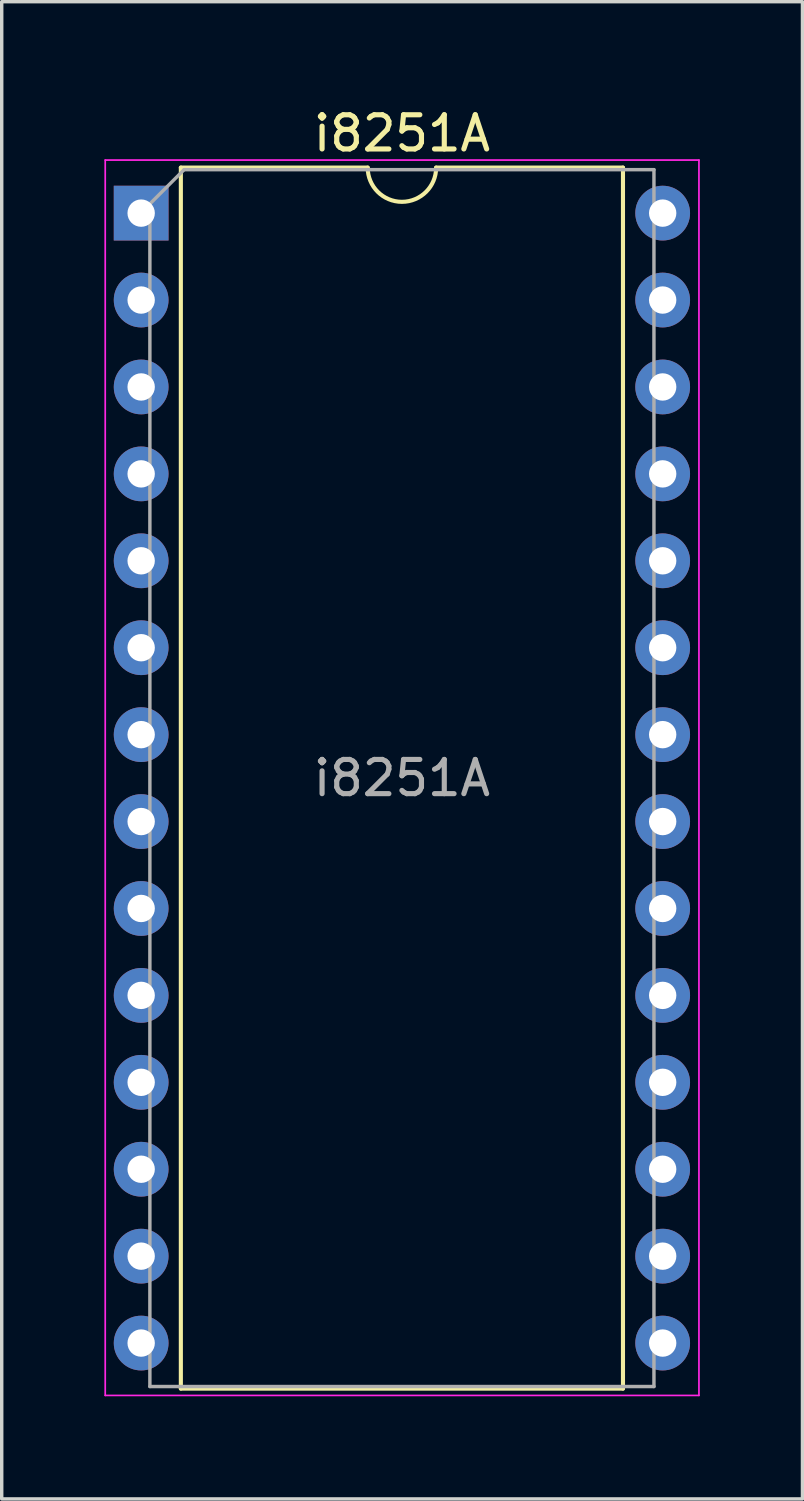
<source format=kicad_pcb>
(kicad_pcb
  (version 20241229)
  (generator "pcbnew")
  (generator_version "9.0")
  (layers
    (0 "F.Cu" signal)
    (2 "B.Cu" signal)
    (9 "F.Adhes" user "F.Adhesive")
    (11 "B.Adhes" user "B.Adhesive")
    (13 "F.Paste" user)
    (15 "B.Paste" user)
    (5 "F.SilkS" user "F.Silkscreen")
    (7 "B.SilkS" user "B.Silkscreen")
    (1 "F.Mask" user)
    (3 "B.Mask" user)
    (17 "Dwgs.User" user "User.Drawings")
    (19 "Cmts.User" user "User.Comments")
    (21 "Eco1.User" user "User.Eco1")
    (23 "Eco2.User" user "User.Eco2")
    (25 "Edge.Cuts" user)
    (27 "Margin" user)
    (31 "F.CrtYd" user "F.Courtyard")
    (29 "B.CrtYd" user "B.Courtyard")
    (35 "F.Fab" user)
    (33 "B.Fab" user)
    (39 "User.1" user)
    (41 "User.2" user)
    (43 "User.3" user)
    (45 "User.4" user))
  (footprint "i8251A"
    (layer "F.Cu")
    (at 1.075 3.178)
    (property "Reference" "i8251A" (at 7.62 -2.33 0) (layer "F.SilkS") (effects (font (size 1 1) (thickness 0.15))))
    (attr through_hole)
    (fp_line (start 1.16 -1.33) (end 1.16 34.35) (stroke (width 0.12) (type solid)) (layer "F.SilkS"))
    (fp_line (start 1.16 34.35) (end 14.08 34.35) (stroke (width 0.12) (type solid)) (layer "F.SilkS"))
    (fp_line (start 6.62 -1.33) (end 1.16 -1.33) (stroke (width 0.12) (type solid)) (layer "F.SilkS"))
    (fp_line (start 14.08 -1.33) (end 8.62 -1.33) (stroke (width 0.12) (type solid)) (layer "F.SilkS"))
    (fp_line (start 14.08 34.35) (end 14.08 -1.33) (stroke (width 0.12) (type solid)) (layer "F.SilkS"))
    (fp_arc (start 8.62 -1.33) (mid 7.62 -0.33) (end 6.62 -1.33) (stroke (width 0.12) (type solid)) (layer "F.SilkS"))
    (fp_line (start -1.05 -1.55) (end -1.05 34.55) (stroke (width 0.05) (type solid)) (layer "F.CrtYd"))
    (fp_line (start -1.05 34.55) (end 16.3 34.55) (stroke (width 0.05) (type solid)) (layer "F.CrtYd"))
    (fp_line (start 16.3 -1.55) (end -1.05 -1.55) (stroke (width 0.05) (type solid)) (layer "F.CrtYd"))
    (fp_line (start 16.3 34.55) (end 16.3 -1.55) (stroke (width 0.05) (type solid)) (layer "F.CrtYd"))
    (fp_line (start 0.255 -0.27) (end 1.255 -1.27) (stroke (width 0.1) (type solid)) (layer "F.Fab"))
    (fp_line (start 0.255 34.29) (end 0.255 -0.27) (stroke (width 0.1) (type solid)) (layer "F.Fab"))
    (fp_line (start 1.255 -1.27) (end 14.985 -1.27) (stroke (width 0.1) (type solid)) (layer "F.Fab"))
    (fp_line (start 14.985 -1.27) (end 14.985 34.29) (stroke (width 0.1) (type solid)) (layer "F.Fab"))
    (fp_line (start 14.985 34.29) (end 0.255 34.29) (stroke (width 0.1) (type solid)) (layer "F.Fab"))
    (fp_text user "${REFERENCE}" (at 7.62 16.51 0) (layer "F.Fab") (effects (font (size 1 1) (thickness 0.15))))
    (pad "1" thru_hole rect (at 0 0) (size 1.6 1.6) (drill 0.8) (layers "*.Cu" "*.Mask"))
    (pad "2" thru_hole oval (at 0 2.54) (size 1.6 1.6) (drill 0.8) (layers "*.Cu" "*.Mask"))
    (pad "3" thru_hole oval (at 0 5.08) (size 1.6 1.6) (drill 0.8) (layers "*.Cu" "*.Mask"))
    (pad "4" thru_hole oval (at 0 7.62) (size 1.6 1.6) (drill 0.8) (layers "*.Cu" "*.Mask"))
    (pad "5" thru_hole oval (at 0 10.16) (size 1.6 1.6) (drill 0.8) (layers "*.Cu" "*.Mask"))
    (pad "6" thru_hole oval (at 0 12.7) (size 1.6 1.6) (drill 0.8) (layers "*.Cu" "*.Mask"))
    (pad "7" thru_hole oval (at 0 15.24) (size 1.6 1.6) (drill 0.8) (layers "*.Cu" "*.Mask"))
    (pad "8" thru_hole oval (at 0 17.78) (size 1.6 1.6) (drill 0.8) (layers "*.Cu" "*.Mask"))
    (pad "9" thru_hole oval (at 0 20.32) (size 1.6 1.6) (drill 0.8) (layers "*.Cu" "*.Mask"))
    (pad "10" thru_hole oval (at 0 22.86) (size 1.6 1.6) (drill 0.8) (layers "*.Cu" "*.Mask"))
    (pad "11" thru_hole oval (at 0 25.4) (size 1.6 1.6) (drill 0.8) (layers "*.Cu" "*.Mask"))
    (pad "12" thru_hole oval (at 0 27.94) (size 1.6 1.6) (drill 0.8) (layers "*.Cu" "*.Mask"))
    (pad "13" thru_hole oval (at 0 30.48) (size 1.6 1.6) (drill 0.8) (layers "*.Cu" "*.Mask"))
    (pad "14" thru_hole oval (at 0 33.02) (size 1.6 1.6) (drill 0.8) (layers "*.Cu" "*.Mask"))
    (pad "15" thru_hole oval (at 15.24 33.02) (size 1.6 1.6) (drill 0.8) (layers "*.Cu" "*.Mask"))
    (pad "16" thru_hole oval (at 15.24 30.48) (size 1.6 1.6) (drill 0.8) (layers "*.Cu" "*.Mask"))
    (pad "17" thru_hole oval (at 15.24 27.94) (size 1.6 1.6) (drill 0.8) (layers "*.Cu" "*.Mask"))
    (pad "18" thru_hole oval (at 15.24 25.4) (size 1.6 1.6) (drill 0.8) (layers "*.Cu" "*.Mask"))
    (pad "19" thru_hole oval (at 15.24 22.86) (size 1.6 1.6) (drill 0.8) (layers "*.Cu" "*.Mask"))
    (pad "20" thru_hole oval (at 15.24 20.32) (size 1.6 1.6) (drill 0.8) (layers "*.Cu" "*.Mask"))
    (pad "21" thru_hole oval (at 15.24 17.78) (size 1.6 1.6) (drill 0.8) (layers "*.Cu" "*.Mask"))
    (pad "22" thru_hole oval (at 15.24 15.24) (size 1.6 1.6) (drill 0.8) (layers "*.Cu" "*.Mask"))
    (pad "23" thru_hole oval (at 15.24 12.7) (size 1.6 1.6) (drill 0.8) (layers "*.Cu" "*.Mask"))
    (pad "24" thru_hole oval (at 15.24 10.16) (size 1.6 1.6) (drill 0.8) (layers "*.Cu" "*.Mask"))
    (pad "25" thru_hole oval (at 15.24 7.62) (size 1.6 1.6) (drill 0.8) (layers "*.Cu" "*.Mask"))
    (pad "26" thru_hole oval (at 15.24 5.08) (size 1.6 1.6) (drill 0.8) (layers "*.Cu" "*.Mask"))
    (pad "27" thru_hole oval (at 15.24 2.54) (size 1.6 1.6) (drill 0.8) (layers "*.Cu" "*.Mask"))
    (pad "28" thru_hole oval (at 15.24 0) (size 1.6 1.6) (drill 0.8) (layers "*.Cu" "*.Mask")))
  (gr_rect
    (start -3 -3)
    (end 20.4 40.753)
    (stroke (width 0.1) (type default))
    (fill no)
    (layer "Edge.Cuts")))
</source>
